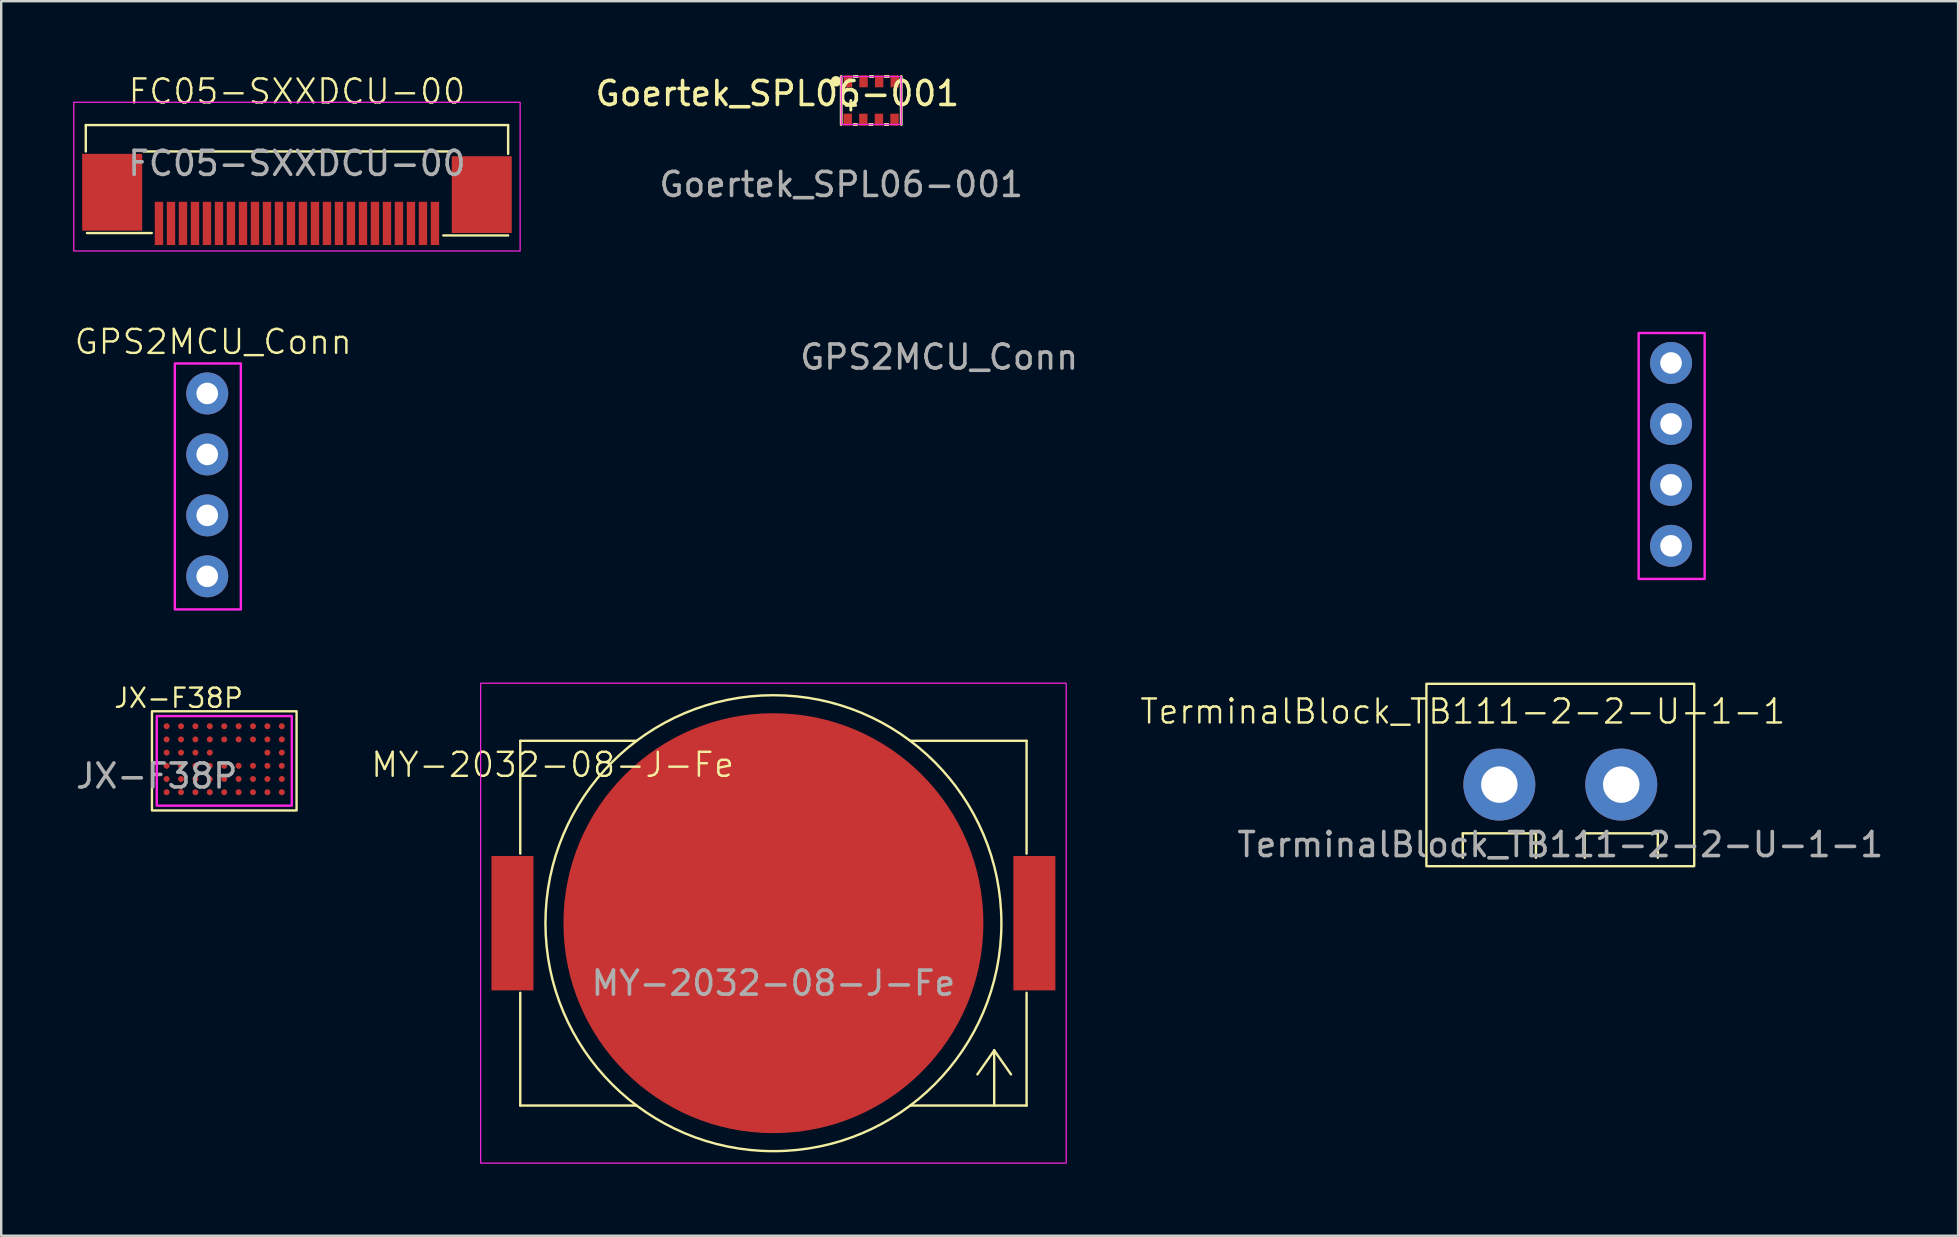
<source format=kicad_pcb>
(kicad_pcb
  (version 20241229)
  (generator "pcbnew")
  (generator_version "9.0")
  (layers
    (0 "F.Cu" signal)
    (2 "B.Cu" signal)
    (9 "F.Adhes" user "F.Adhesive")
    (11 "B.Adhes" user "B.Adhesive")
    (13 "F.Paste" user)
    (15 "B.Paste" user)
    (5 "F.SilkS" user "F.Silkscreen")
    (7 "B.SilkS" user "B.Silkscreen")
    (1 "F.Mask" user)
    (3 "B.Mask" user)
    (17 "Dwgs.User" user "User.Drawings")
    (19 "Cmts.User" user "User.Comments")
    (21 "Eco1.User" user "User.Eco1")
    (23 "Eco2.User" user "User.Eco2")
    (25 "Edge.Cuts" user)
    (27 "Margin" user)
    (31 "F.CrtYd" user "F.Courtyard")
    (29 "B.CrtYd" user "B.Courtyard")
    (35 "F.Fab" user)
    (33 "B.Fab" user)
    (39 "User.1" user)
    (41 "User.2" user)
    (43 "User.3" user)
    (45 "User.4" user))
  (footprint "Goertek_SPL06-001"
    (layer "F.Cu")
    (at 32.006 2.138)
    (property "Reference" "Goertek_SPL06-001" (at -2.66 -1.29 0) (unlocked yes) (layer "F.SilkS") (effects (font (size 1 1) (thickness 0.15))))
    (attr smd)
    (fp_line (start 0 0) (end 0 -2) (stroke (width 0.12) (type solid)) (layer "F.SilkS"))
    (fp_line (start 0.2 -0.8) (end 0.5 -0.8) (stroke (width 0.12) (type solid)) (layer "F.SilkS"))
    (fp_line (start 0.4 -1) (end 0.4 -0.6) (stroke (width 0.12) (type solid)) (layer "F.SilkS"))
    (fp_line (start 0.5 -0.8) (end 0.6 -0.8) (stroke (width 0.12) (type solid)) (layer "F.SilkS"))
    (fp_line (start 0.525 -2) (end 0.675 -2) (stroke (width 0.12) (type solid)) (layer "F.SilkS"))
    (fp_line (start 0.525 0) (end 0.65 0) (stroke (width 0.12) (type solid)) (layer "F.SilkS"))
    (fp_line (start 1.175 0) (end 1.3 0) (stroke (width 0.12) (type solid)) (layer "F.SilkS"))
    (fp_line (start 1.325 -2) (end 1.2 -2) (stroke (width 0.12) (type solid)) (layer "F.SilkS"))
    (fp_line (start 1.825 0) (end 1.95 0) (stroke (width 0.12) (type solid)) (layer "F.SilkS"))
    (fp_line (start 1.975 -2) (end 1.825 -2) (stroke (width 0.12) (type solid)) (layer "F.SilkS"))
    (fp_line (start 2.5 -2) (end 2.5 0) (stroke (width 0.12) (type solid)) (layer "F.SilkS"))
    (fp_circle (center -0.22 -1.8) (end -0.062 -1.8) (stroke (width 0.12) (type solid)) (fill yes) (layer "F.SilkS"))
    (fp_rect (start 0 0) (end 2.5 -2) (stroke (width 0.05) (type solid)) (fill no) (layer "F.CrtYd"))
    (fp_text user "${REFERENCE}" (at 0 2.5 0) (unlocked yes) (layer "F.Fab") (effects (font (size 1 1) (thickness 0.15))))
    (pad "1" smd rect (at 0.28 -1.8) (size 0.35 0.5) (layers "F.Cu" "F.Mask" "F.Paste"))
    (pad "2" smd rect (at 0.93 -1.8) (size 0.35 0.5) (layers "F.Cu" "F.Mask" "F.Paste"))
    (pad "3" smd rect (at 1.58 -1.8) (size 0.35 0.5) (layers "F.Cu" "F.Mask" "F.Paste"))
    (pad "4" smd rect (at 2.23 -1.8) (size 0.35 0.5) (layers "F.Cu" "F.Mask" "F.Paste"))
    (pad "5" smd rect (at 2.22 -0.2) (size 0.35 0.5) (layers "F.Cu" "F.Mask" "F.Paste"))
    (pad "6" smd rect (at 1.57 -0.2) (size 0.35 0.5) (layers "F.Cu" "F.Mask" "F.Paste"))
    (pad "7" smd rect (at 0.92 -0.2) (size 0.35 0.5) (layers "F.Cu" "F.Mask" "F.Paste"))
    (pad "8" smd rect (at 0.27 -0.2) (size 0.35 0.5) (layers "F.Cu" "F.Mask" "F.Paste")))
  (footprint "FC05-SXXDCU-00"
    (layer "F.Cu")
    (at 9.325 6.261)
    (property "Reference" "FC05-SXXDCU-00" (at 0 -5.5 0) (unlocked yes) (layer "F.SilkS") (effects (font (size 1 1) (thickness 0.1))))
    (attr smd)
    (fp_line (start -8.8 -4.1) (end -8.8 -3) (stroke (width 0.1) (type default)) (layer "F.SilkS"))
    (fp_line (start -6.4 -3) (end 6.4 -3) (stroke (width 0.1) (type default)) (layer "F.SilkS"))
    (fp_line (start -6.05 0.4) (end -8.75 0.4) (stroke (width 0.1) (type default)) (layer "F.SilkS"))
    (fp_line (start 8.8 -4.1) (end -8.8 -4.1) (stroke (width 0.1) (type default)) (layer "F.SilkS"))
    (fp_line (start 8.8 -2.9) (end 8.8 -4.1) (stroke (width 0.1) (type default)) (layer "F.SilkS"))
    (fp_line (start 8.8 0.5) (end 6.1 0.5) (stroke (width 0.1) (type default)) (layer "F.SilkS"))
    (fp_rect (start -9.3 -5.05) (end 9.3 1.15) (stroke (width 0.05) (type default)) (fill no) (layer "F.CrtYd"))
    (fp_text user "${REFERENCE}" (at 0 -2.5 0) (unlocked yes) (layer "F.Fab") (effects (font (size 1 1) (thickness 0.15))))
    (pad "" smd rect (at -7.7 -1.3) (size 2.5 3.2) (layers "F.Cu" "F.Mask" "F.Paste"))
    (pad "" smd rect (at 7.7 -1.2) (size 2.5 3.2) (layers "F.Cu" "F.Mask" "F.Paste"))
    (pad "1" smd rect (at -5.75 0) (size 0.35 1.8) (layers "F.Cu" "F.Mask" "F.Paste"))
    (pad "2" smd rect (at -5.25 0) (size 0.35 1.8) (layers "F.Cu" "F.Mask" "F.Paste"))
    (pad "3" smd rect (at -4.75 0) (size 0.35 1.8) (layers "F.Cu" "F.Mask" "F.Paste"))
    (pad "4" smd rect (at -4.25 0) (size 0.35 1.8) (layers "F.Cu" "F.Mask" "F.Paste"))
    (pad "5" smd rect (at -3.75 0) (size 0.35 1.8) (layers "F.Cu" "F.Mask" "F.Paste"))
    (pad "6" smd rect (at -3.25 0) (size 0.35 1.8) (layers "F.Cu" "F.Mask" "F.Paste"))
    (pad "7" smd rect (at -2.75 0) (size 0.35 1.8) (layers "F.Cu" "F.Mask" "F.Paste"))
    (pad "8" smd rect (at -2.25 0) (size 0.35 1.8) (layers "F.Cu" "F.Mask" "F.Paste"))
    (pad "9" smd rect (at -1.75 0) (size 0.35 1.8) (layers "F.Cu" "F.Mask" "F.Paste"))
    (pad "10" smd rect (at -1.25 0) (size 0.35 1.8) (layers "F.Cu" "F.Mask" "F.Paste"))
    (pad "11" smd rect (at -0.75 0) (size 0.35 1.8) (layers "F.Cu" "F.Mask" "F.Paste"))
    (pad "12" smd rect (at -0.25 0) (size 0.35 1.8) (layers "F.Cu" "F.Mask" "F.Paste"))
    (pad "13" smd rect (at 0.25 0) (size 0.35 1.8) (layers "F.Cu" "F.Mask" "F.Paste"))
    (pad "14" smd rect (at 0.75 0) (size 0.35 1.8) (layers "F.Cu" "F.Mask" "F.Paste"))
    (pad "15" smd rect (at 1.25 0) (size 0.35 1.8) (layers "F.Cu" "F.Mask" "F.Paste"))
    (pad "16" smd rect (at 1.75 0) (size 0.35 1.8) (layers "F.Cu" "F.Mask" "F.Paste"))
    (pad "17" smd rect (at 2.25 0) (size 0.35 1.8) (layers "F.Cu" "F.Mask" "F.Paste"))
    (pad "18" smd rect (at 2.75 0) (size 0.35 1.8) (layers "F.Cu" "F.Mask" "F.Paste"))
    (pad "19" smd rect (at 3.25 0) (size 0.35 1.8) (layers "F.Cu" "F.Mask" "F.Paste"))
    (pad "20" smd rect (at 3.75 0) (size 0.35 1.8) (layers "F.Cu" "F.Mask" "F.Paste"))
    (pad "21" smd rect (at 4.25 0) (size 0.35 1.8) (layers "F.Cu" "F.Mask" "F.Paste"))
    (pad "22" smd rect (at 4.75 0) (size 0.35 1.8) (layers "F.Cu" "F.Mask" "F.Paste"))
    (pad "23" smd rect (at 5.25 0) (size 0.35 1.8) (layers "F.Cu" "F.Mask" "F.Paste"))
    (pad "24" smd rect (at 5.75 0) (size 0.35 1.8) (layers "F.Cu" "F.Mask" "F.Paste")))
  (footprint "GPS2MCU_Conn"
    (layer "F.Cu")
    (at 36.336 16.581)
    (property "Reference" "GPS2MCU_Conn" (at -30.5 -5.385 0) (unlocked yes) (layer "F.SilkS") (effects (font (size 1 1) (thickness 0.1))))
    (attr through_hole)
    (fp_rect (start -32.1 -4.485) (end -29.35 5.765) (stroke (width 0.1) (type default)) (fill no) (layer "F.CrtYd"))
    (fp_rect (start 28.9 -5.755) (end 31.65 4.495) (stroke (width 0.1) (type default)) (fill no) (layer "F.CrtYd"))
    (fp_text user "${REFERENCE}" (at -0.25 -4.75 0) (unlocked yes) (layer "F.Fab") (effects (font (size 1 1) (thickness 0.15))))
    (pad "1" thru_hole circle (at -30.75 -3.235) (size 1.75 1.75) (drill 0.9) (layers "*.Cu" "*.Mask"))
    (pad "2" thru_hole circle (at -30.75 -0.695) (size 1.75 1.75) (drill 0.9) (layers "*.Cu" "*.Mask"))
    (pad "3" thru_hole circle (at -30.75 1.845) (size 1.75 1.75) (drill 0.9) (layers "*.Cu" "*.Mask"))
    (pad "4" thru_hole circle (at -30.75 4.385) (size 1.75 1.75) (drill 0.9) (layers "*.Cu" "*.Mask"))
    (pad "5" thru_hole circle (at 30.25 -4.505) (size 1.75 1.75) (drill 0.9) (layers "*.Cu" "*.Mask"))
    (pad "6" thru_hole circle (at 30.25 -1.965) (size 1.75 1.75) (drill 0.9) (layers "*.Cu" "*.Mask"))
    (pad "7" thru_hole circle (at 30.25 0.575) (size 1.75 1.75) (drill 0.9) (layers "*.Cu" "*.Mask"))
    (pad "8" thru_hole circle (at 30.25 3.115) (size 1.75 1.75) (drill 0.9) (layers "*.Cu" "*.Mask")))
  (footprint "TerminalBlock_TB111-2-2-U-1-1"
    (layer "F.Cu")
    (at 61.971 29.646)
    (property "Reference" "TerminalBlock_TB111-2-2-U-1-1" (at -4.064 -3.048 0) (unlocked yes) (layer "F.SilkS") (effects (font (size 1 1) (thickness 0.1))))
    (attr through_hole)
    (fp_line (start -4.064 2.032) (end -1.016 2.032) (stroke (width 0.1) (type default)) (layer "F.SilkS"))
    (fp_line (start -4.064 3.048) (end -4.064 2.032) (stroke (width 0.1) (type default)) (layer "F.SilkS"))
    (fp_line (start -1.016 2.032) (end -1.016 3.048) (stroke (width 0.1) (type default)) (layer "F.SilkS"))
    (fp_line (start 1.016 2.032) (end 4.064 2.032) (stroke (width 0.1) (type default)) (layer "F.SilkS"))
    (fp_line (start 1.016 3.048) (end 1.016 2.032) (stroke (width 0.1) (type default)) (layer "F.SilkS"))
    (fp_line (start 4.064 2.032) (end 4.064 3.048) (stroke (width 0.1) (type default)) (layer "F.SilkS"))
    (fp_rect (start -5.58 -4.2) (end 5.58 3.4) (stroke (width 0.1) (type default)) (fill no) (layer "F.SilkS"))
    (fp_text user "${REFERENCE}" (at 0 2.5 0) (unlocked yes) (layer "F.Fab") (effects (font (size 1 1) (thickness 0.15))))
    (pad "1" thru_hole circle (at -2.54 0) (size 3 3) (drill 1.52) (layers "*.Cu" "*.Mask"))
    (pad "2" thru_hole circle (at 2.54 0) (size 3 3) (drill 1.52) (layers "*.Cu" "*.Mask")))
  (footprint "MY-2032-08-J-Fe"
    (layer "F.Cu")
    (at 29.18 35.421)
    (property "Reference" "MY-2032-08-J-Fe" (at -9.2 -6.6 0) (unlocked yes) (layer "F.SilkS") (effects (font (size 1 1) (thickness 0.1))))
    (attr smd)
    (fp_line (start -10.55 -7.6) (end -10.55 -2.9) (stroke (width 0.1) (type default)) (layer "F.SilkS"))
    (fp_line (start -10.55 -7.6) (end -5.7 -7.6) (stroke (width 0.1) (type default)) (layer "F.SilkS"))
    (fp_line (start -10.55 2.9) (end -10.55 7.6) (stroke (width 0.1) (type default)) (layer "F.SilkS"))
    (fp_line (start -10.55 7.6) (end -5.7 7.6) (stroke (width 0.1) (type default)) (layer "F.SilkS"))
    (fp_line (start 5.7 -7.6) (end 10.55 -7.6) (stroke (width 0.1) (type default)) (layer "F.SilkS"))
    (fp_line (start 5.7 7.6) (end 10.55 7.6) (stroke (width 0.1) (type default)) (layer "F.SilkS"))
    (fp_line (start 9.2 5.3) (end 8.5 6.3) (stroke (width 0.1) (type default)) (layer "F.SilkS"))
    (fp_line (start 9.2 5.3) (end 9.2 7.6) (stroke (width 0.1) (type default)) (layer "F.SilkS"))
    (fp_line (start 9.2 5.3) (end 9.9 6.3) (stroke (width 0.1) (type default)) (layer "F.SilkS"))
    (fp_line (start 10.55 -7.6) (end 10.55 -2.9) (stroke (width 0.1) (type default)) (layer "F.SilkS"))
    (fp_line (start 10.55 2.9) (end 10.55 7.6) (stroke (width 0.1) (type default)) (layer "F.SilkS"))
    (fp_circle (center 0 0) (end 9.5 0) (stroke (width 0.1) (type default)) (fill no) (layer "F.SilkS"))
    (fp_rect (start -12.2 -10) (end 12.2 10) (stroke (width 0.05) (type default)) (fill no) (layer "F.CrtYd"))
    (fp_text user "${REFERENCE}" (at 0 2.5 0) (unlocked yes) (layer "F.Fab") (effects (font (size 1 1) (thickness 0.15))))
    (pad "1" smd rect (at -10.875 0) (size 1.75 5.6) (layers "F.Cu" "F.Mask" "F.Paste"))
    (pad "1" smd rect (at 10.875 0) (size 1.75 5.6) (layers "F.Cu" "F.Mask" "F.Paste"))
    (pad "2" smd circle (at 0 0) (size 17.5 17.5) (layers "F.Cu" "F.Mask" "F.Paste")))
  (footprint "JX-F38P"
    (layer "F.Cu")
    (at 6.313 28.593)
    (property "Reference" "JX-F38P" (at -1.92 -2.554 0) (unlocked yes) (layer "F.SilkS") (effects (font (size 0.8 0.8) (thickness 0.1))))
    (attr smd)
    (fp_rect (start -3.03 -2.004) (end 2.996 2.13) (stroke (width 0.1) (type default)) (fill no) (layer "F.SilkS"))
    (fp_rect (start -2.83 -1.804) (end 2.796 1.93) (stroke (width 0.1) (type default)) (fill no) (layer "F.CrtYd"))
    (fp_text user "${REFERENCE}" (at -2.83 0.696 0) (unlocked yes) (layer "F.Fab") (effects (font (size 1 1) (thickness 0.15))))
    (pad "A1" smd circle (at -2.42 -1.38) (size 0.25 0.25) (layers "F.Cu" "F.Mask" "F.Paste"))
    (pad "A2" smd circle (at -1.82 -1.38) (size 0.25 0.25) (layers "F.Cu" "F.Mask" "F.Paste"))
    (pad "A3" smd circle (at -1.22 -1.38) (size 0.25 0.25) (layers "F.Cu" "F.Mask" "F.Paste"))
    (pad "A4" smd circle (at -0.62 -1.38) (size 0.25 0.25) (layers "F.Cu" "F.Mask" "F.Paste"))
    (pad "A5" smd circle (at -0.02 -1.38) (size 0.25 0.25) (layers "F.Cu" "F.Mask" "F.Paste"))
    (pad "A6" smd circle (at 0.58 -1.38) (size 0.25 0.25) (layers "F.Cu" "F.Mask" "F.Paste"))
    (pad "A7" smd circle (at 1.18 -1.38) (size 0.25 0.25) (layers "F.Cu" "F.Mask" "F.Paste"))
    (pad "A8" smd circle (at 1.78 -1.38) (size 0.25 0.25) (layers "F.Cu" "F.Mask" "F.Paste"))
    (pad "A9" smd circle (at 2.38 -1.38) (size 0.25 0.25) (layers "F.Cu" "F.Mask" "F.Paste"))
    (pad "B1" smd circle (at -2.42 -0.83) (size 0.25 0.25) (layers "F.Cu" "F.Mask" "F.Paste"))
    (pad "B2" smd circle (at -1.82 -0.83) (size 0.25 0.25) (layers "F.Cu" "F.Mask" "F.Paste"))
    (pad "B3" smd circle (at -1.22 -0.83) (size 0.25 0.25) (layers "F.Cu" "F.Mask" "F.Paste"))
    (pad "B4" smd circle (at -0.62 -0.83) (size 0.25 0.25) (layers "F.Cu" "F.Mask" "F.Paste"))
    (pad "B5" smd circle (at -0.02 -0.83) (size 0.25 0.25) (layers "F.Cu" "F.Mask" "F.Paste"))
    (pad "B6" smd circle (at 0.58 -0.83) (size 0.25 0.25) (layers "F.Cu" "F.Mask" "F.Paste"))
    (pad "B7" smd circle (at 1.18 -0.83) (size 0.25 0.25) (layers "F.Cu" "F.Mask" "F.Paste"))
    (pad "B8" smd circle (at 1.78 -0.83) (size 0.25 0.25) (layers "F.Cu" "F.Mask" "F.Paste"))
    (pad "B9" smd circle (at 2.38 -0.83) (size 0.25 0.25) (layers "F.Cu" "F.Mask" "F.Paste"))
    (pad "C1" smd circle (at -2.42 -0.28) (size 0.25 0.25) (layers "F.Cu" "F.Mask" "F.Paste"))
    (pad "C2" smd circle (at -1.82 -0.28) (size 0.25 0.25) (layers "F.Cu" "F.Mask" "F.Paste"))
    (pad "C3" smd circle (at -1.22 -0.28) (size 0.25 0.25) (layers "F.Cu" "F.Mask" "F.Paste"))
    (pad "C4" smd circle (at -0.62 -0.28) (size 0.25 0.25) (layers "F.Cu" "F.Mask" "F.Paste"))
    (pad "C8" smd circle (at 1.78 -0.28) (size 0.25 0.25) (layers "F.Cu" "F.Mask" "F.Paste"))
    (pad "C9" smd circle (at 2.38 -0.28) (size 0.25 0.25) (layers "F.Cu" "F.Mask" "F.Paste"))
    (pad "D1" smd circle (at -2.42 0.27) (size 0.25 0.25) (layers "F.Cu" "F.Mask" "F.Paste"))
    (pad "D2" smd circle (at -1.82 0.27) (size 0.25 0.25) (layers "F.Cu" "F.Mask" "F.Paste"))
    (pad "D3" smd circle (at -1.22 0.27) (size 0.25 0.25) (layers "F.Cu" "F.Mask" "F.Paste"))
    (pad "D4" smd circle (at -0.62 0.27) (size 0.25 0.25) (layers "F.Cu" "F.Mask" "F.Paste"))
    (pad "D5" smd circle (at -0.02 0.27) (size 0.25 0.25) (layers "F.Cu" "F.Mask" "F.Paste"))
    (pad "D6" smd circle (at 0.58 0.27) (size 0.25 0.25) (layers "F.Cu" "F.Mask" "F.Paste"))
    (pad "D7" smd circle (at 1.18 0.27) (size 0.25 0.25) (layers "F.Cu" "F.Mask" "F.Paste"))
    (pad "D8" smd circle (at 1.78 0.27) (size 0.25 0.25) (layers "F.Cu" "F.Mask" "F.Paste"))
    (pad "D9" smd circle (at 2.38 0.27) (size 0.25 0.25) (layers "F.Cu" "F.Mask" "F.Paste"))
    (pad "E1" smd circle (at -2.42 0.82) (size 0.25 0.25) (layers "F.Cu" "F.Mask" "F.Paste"))
    (pad "E2" smd circle (at -1.82 0.82) (size 0.25 0.25) (layers "F.Cu" "F.Mask" "F.Paste"))
    (pad "E3" smd circle (at -1.22 0.82) (size 0.25 0.25) (layers "F.Cu" "F.Mask" "F.Paste"))
    (pad "E4" smd circle (at -0.62 0.82) (size 0.25 0.25) (layers "F.Cu" "F.Mask" "F.Paste"))
    (pad "E5" smd circle (at -0.02 0.82) (size 0.25 0.25) (layers "F.Cu" "F.Mask" "F.Paste"))
    (pad "E6" smd circle (at 0.58 0.82) (size 0.25 0.25) (layers "F.Cu" "F.Mask" "F.Paste"))
    (pad "E7" smd circle (at 1.18 0.82) (size 0.25 0.25) (layers "F.Cu" "F.Mask" "F.Paste"))
    (pad "E8" smd circle (at 1.78 0.82) (size 0.25 0.25) (layers "F.Cu" "F.Mask" "F.Paste"))
    (pad "E9" smd circle (at 2.38 0.82) (size 0.25 0.25) (layers "F.Cu" "F.Mask" "F.Paste"))
    (pad "F1" smd circle (at -2.42 1.37) (size 0.25 0.25) (layers "F.Cu" "F.Mask" "F.Paste"))
    (pad "F2" smd circle (at -1.82 1.37) (size 0.25 0.25) (layers "F.Cu" "F.Mask" "F.Paste"))
    (pad "F3" smd circle (at -1.22 1.37) (size 0.25 0.25) (layers "F.Cu" "F.Mask" "F.Paste"))
    (pad "F4" smd circle (at -0.62 1.37) (size 0.25 0.25) (layers "F.Cu" "F.Mask" "F.Paste"))
    (pad "F5" smd circle (at -0.02 1.37) (size 0.25 0.25) (layers "F.Cu" "F.Mask" "F.Paste"))
    (pad "F6" smd circle (at 0.58 1.37) (size 0.25 0.25) (layers "F.Cu" "F.Mask" "F.Paste"))
    (pad "F7" smd circle (at 1.18 1.37) (size 0.25 0.25) (layers "F.Cu" "F.Mask" "F.Paste"))
    (pad "F8" smd circle (at 1.78 1.37) (size 0.25 0.25) (layers "F.Cu" "F.Mask" "F.Paste"))
    (pad "F9" smd circle (at 2.38 1.37) (size 0.25 0.25) (layers "F.Cu" "F.Mask" "F.Paste")))
  (gr_rect
    (start -3 -3)
    (end 78.548 48.446)
    (stroke (width 0.1) (type default))
    (fill no)
    (layer "Edge.Cuts")))
</source>
